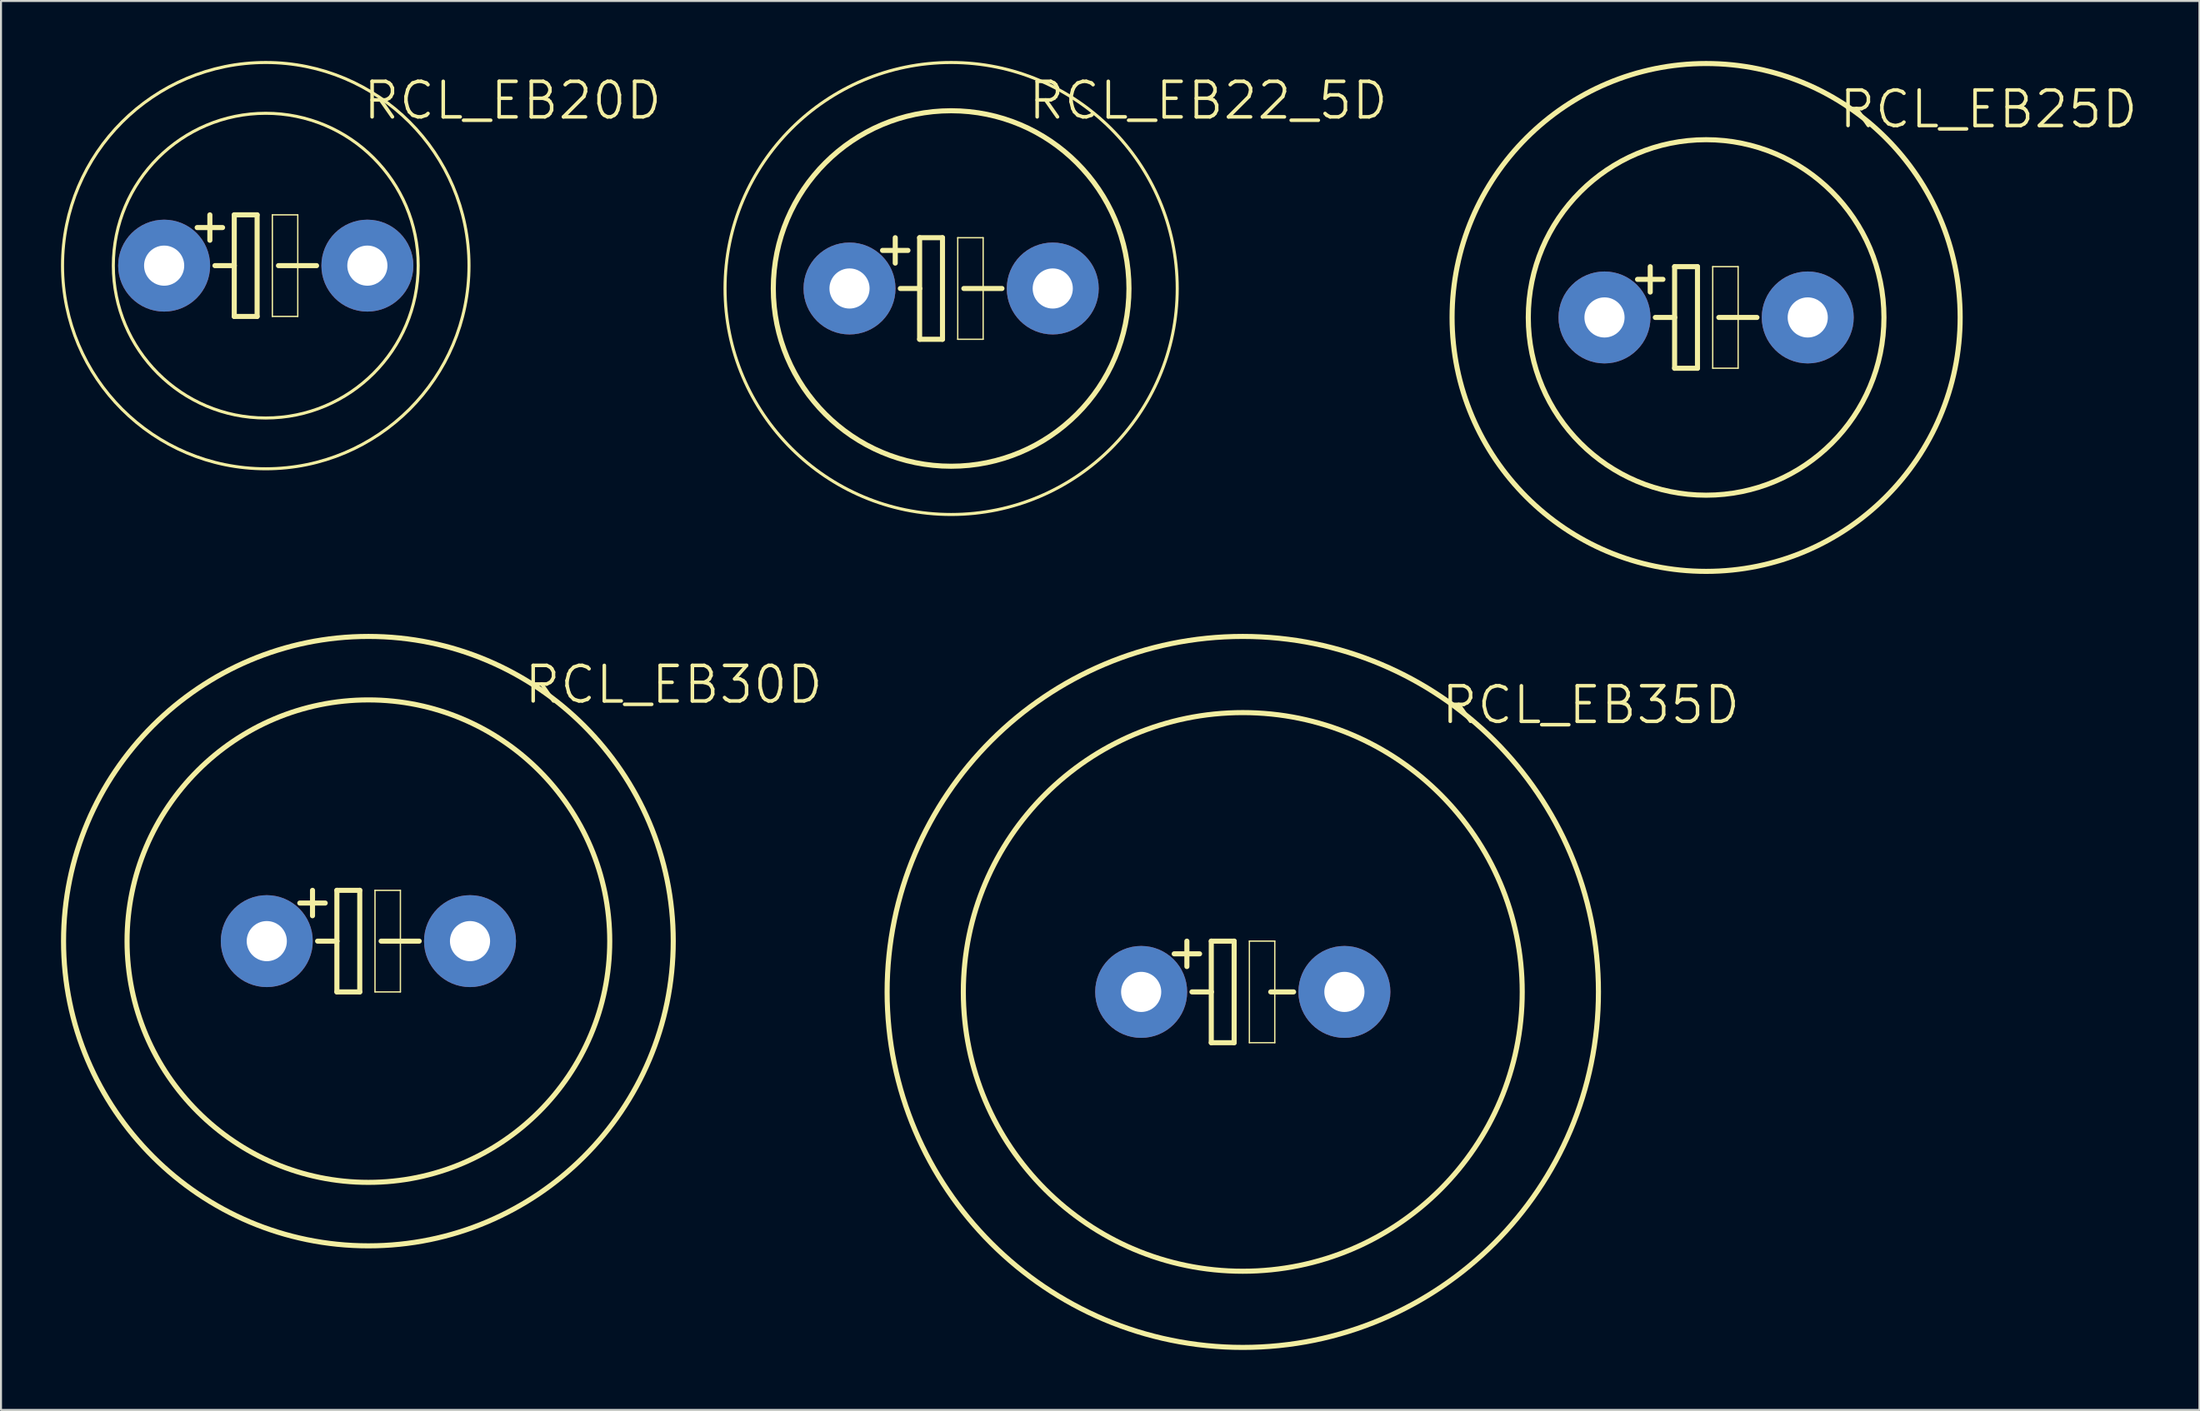
<source format=kicad_pcb>
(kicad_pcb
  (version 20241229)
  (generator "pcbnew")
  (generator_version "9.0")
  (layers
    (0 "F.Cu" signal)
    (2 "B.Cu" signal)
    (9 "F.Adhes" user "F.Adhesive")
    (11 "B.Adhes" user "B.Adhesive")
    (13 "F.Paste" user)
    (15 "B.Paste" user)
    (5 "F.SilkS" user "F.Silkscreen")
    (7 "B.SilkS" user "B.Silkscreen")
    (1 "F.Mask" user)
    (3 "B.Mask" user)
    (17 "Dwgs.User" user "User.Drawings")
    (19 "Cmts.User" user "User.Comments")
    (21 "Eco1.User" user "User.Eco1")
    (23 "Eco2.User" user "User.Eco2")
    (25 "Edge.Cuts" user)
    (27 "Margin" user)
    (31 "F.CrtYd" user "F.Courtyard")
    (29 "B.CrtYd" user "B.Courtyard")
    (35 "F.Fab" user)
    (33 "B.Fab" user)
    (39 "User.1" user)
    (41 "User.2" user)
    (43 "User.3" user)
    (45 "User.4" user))
  (footprint "RCL_EB22_5D"
    (layer "F.Cu")
    (at 44.499 11.379)
    (property "Reference" "RCL_EB22_5D" (at 12.852 -9.398 0) (layer "F.SilkS") (effects (font (size 1.778 1.778) (thickness 0.178))))
    (attr exclude_from_pos_files exclude_from_bom)
    (fp_line (start -2.794 -2.54) (end -2.794 -1.27) (stroke (width 0.254) (type solid)) (layer "F.SilkS"))
    (fp_line (start -2.54 0) (end -1.575 0) (stroke (width 0.254) (type solid)) (layer "F.SilkS"))
    (fp_line (start -2.159 -1.905) (end -3.429 -1.905) (stroke (width 0.254) (type solid)) (layer "F.SilkS"))
    (fp_line (start -1.575 -2.54) (end -0.432 -2.54) (stroke (width 0.254) (type solid)) (layer "F.SilkS"))
    (fp_line (start -1.575 0) (end -1.575 -2.54) (stroke (width 0.254) (type solid)) (layer "F.SilkS"))
    (fp_line (start -1.575 2.54) (end -1.575 0) (stroke (width 0.254) (type solid)) (layer "F.SilkS"))
    (fp_line (start -0.432 -2.54) (end -0.432 2.54) (stroke (width 0.254) (type solid)) (layer "F.SilkS"))
    (fp_line (start -0.432 2.54) (end -1.575 2.54) (stroke (width 0.254) (type solid)) (layer "F.SilkS"))
    (fp_line (start 0.33 -2.54) (end 1.6 -2.54) (stroke (width 0.066) (type solid)) (layer "F.SilkS"))
    (fp_line (start 0.33 2.54) (end 0.33 -2.54) (stroke (width 0.066) (type solid)) (layer "F.SilkS"))
    (fp_line (start 0.33 2.54) (end 1.6 2.54) (stroke (width 0.066) (type solid)) (layer "F.SilkS"))
    (fp_line (start 0.635 0) (end 2.54 0) (stroke (width 0.254) (type solid)) (layer "F.SilkS"))
    (fp_line (start 1.6 2.54) (end 1.6 -2.54) (stroke (width 0.066) (type solid)) (layer "F.SilkS"))
    (fp_circle (center 0 0) (end 0 -11.303) (stroke (width 0.152) (type solid)) (fill no) (layer "F.SilkS"))
    (fp_circle (center 0 0) (end 0 -8.89) (stroke (width 0.254) (type solid)) (fill no) (layer "F.SilkS"))
    (pad "+" thru_hole circle (at -5.08 0) (size 4.597 4.597) (drill 2.007) (layers "*.Cu" "*.Paste" "*.Mask"))
    (pad "-" thru_hole circle (at 5.08 0) (size 4.597 4.597) (drill 2.007) (layers "*.Cu" "*.Paste" "*.Mask")))
  (footprint "RCL_EB35D"
    (layer "F.Cu")
    (at 59.079 46.561)
    (property "Reference" "RCL_EB35D" (at 17.399 -14.348 0) (layer "F.SilkS") (effects (font (size 1.778 1.778) (thickness 0.178))))
    (attr exclude_from_pos_files exclude_from_bom)
    (fp_line (start -2.794 -2.54) (end -2.794 -1.27) (stroke (width 0.254) (type solid)) (layer "F.SilkS"))
    (fp_line (start -2.54 0) (end -1.575 0) (stroke (width 0.254) (type solid)) (layer "F.SilkS"))
    (fp_line (start -2.159 -1.905) (end -3.429 -1.905) (stroke (width 0.254) (type solid)) (layer "F.SilkS"))
    (fp_line (start -1.575 -2.54) (end -0.432 -2.54) (stroke (width 0.254) (type solid)) (layer "F.SilkS"))
    (fp_line (start -1.575 0) (end -1.575 -2.54) (stroke (width 0.254) (type solid)) (layer "F.SilkS"))
    (fp_line (start -1.575 2.54) (end -1.575 0) (stroke (width 0.254) (type solid)) (layer "F.SilkS"))
    (fp_line (start -0.432 -2.54) (end -0.432 2.54) (stroke (width 0.254) (type solid)) (layer "F.SilkS"))
    (fp_line (start -0.432 2.54) (end -1.575 2.54) (stroke (width 0.254) (type solid)) (layer "F.SilkS"))
    (fp_line (start 0.33 -2.54) (end 1.6 -2.54) (stroke (width 0.066) (type solid)) (layer "F.SilkS"))
    (fp_line (start 0.33 2.54) (end 0.33 -2.54) (stroke (width 0.066) (type solid)) (layer "F.SilkS"))
    (fp_line (start 0.33 2.54) (end 1.6 2.54) (stroke (width 0.066) (type solid)) (layer "F.SilkS"))
    (fp_line (start 1.397 0) (end 2.54 0) (stroke (width 0.254) (type solid)) (layer "F.SilkS"))
    (fp_line (start 1.6 2.54) (end 1.6 -2.54) (stroke (width 0.066) (type solid)) (layer "F.SilkS"))
    (fp_circle (center 0 0) (end 0 -17.78) (stroke (width 0.254) (type solid)) (fill no) (layer "F.SilkS"))
    (fp_circle (center 0 0) (end 0 -13.97) (stroke (width 0.254) (type solid)) (fill no) (layer "F.SilkS"))
    (pad "+" thru_hole circle (at -5.08 0) (size 4.597 4.597) (drill 2.007) (layers "*.Cu" "*.Paste" "*.Mask"))
    (pad "-" thru_hole circle (at 5.08 0) (size 4.597 4.597) (drill 2.007) (layers "*.Cu" "*.Paste" "*.Mask")))
  (footprint "RCL_EB20D"
    (layer "F.Cu")
    (at 10.236 10.236)
    (property "Reference" "RCL_EB20D" (at 12.344 -8.255 0) (layer "F.SilkS") (effects (font (size 1.778 1.778) (thickness 0.178))))
    (attr exclude_from_pos_files exclude_from_bom)
    (fp_line (start -2.794 -2.54) (end -2.794 -1.27) (stroke (width 0.254) (type solid)) (layer "F.SilkS"))
    (fp_line (start -2.54 0) (end -1.575 0) (stroke (width 0.254) (type solid)) (layer "F.SilkS"))
    (fp_line (start -2.159 -1.905) (end -3.429 -1.905) (stroke (width 0.254) (type solid)) (layer "F.SilkS"))
    (fp_line (start -1.575 -2.54) (end -0.432 -2.54) (stroke (width 0.254) (type solid)) (layer "F.SilkS"))
    (fp_line (start -1.575 0) (end -1.575 -2.54) (stroke (width 0.254) (type solid)) (layer "F.SilkS"))
    (fp_line (start -1.575 2.54) (end -1.575 0) (stroke (width 0.254) (type solid)) (layer "F.SilkS"))
    (fp_line (start -0.432 -2.54) (end -0.432 2.54) (stroke (width 0.254) (type solid)) (layer "F.SilkS"))
    (fp_line (start -0.432 2.54) (end -1.575 2.54) (stroke (width 0.254) (type solid)) (layer "F.SilkS"))
    (fp_line (start 0.33 -2.54) (end 1.6 -2.54) (stroke (width 0.066) (type solid)) (layer "F.SilkS"))
    (fp_line (start 0.33 2.54) (end 0.33 -2.54) (stroke (width 0.066) (type solid)) (layer "F.SilkS"))
    (fp_line (start 0.33 2.54) (end 1.6 2.54) (stroke (width 0.066) (type solid)) (layer "F.SilkS"))
    (fp_line (start 0.635 0) (end 2.54 0) (stroke (width 0.254) (type solid)) (layer "F.SilkS"))
    (fp_line (start 1.6 2.54) (end 1.6 -2.54) (stroke (width 0.066) (type solid)) (layer "F.SilkS"))
    (fp_circle (center 0 0) (end 0 -10.16) (stroke (width 0.152) (type solid)) (fill no) (layer "F.SilkS"))
    (fp_circle (center 0 0) (end 0 -7.62) (stroke (width 0.152) (type solid)) (fill no) (layer "F.SilkS"))
    (pad "+" thru_hole circle (at -5.08 0) (size 4.597 4.597) (drill 2.007) (layers "*.Cu" "*.Paste" "*.Mask"))
    (pad "-" thru_hole circle (at 5.08 0) (size 4.597 4.597) (drill 2.007) (layers "*.Cu" "*.Paste" "*.Mask")))
  (footprint "RCL_EB30D"
    (layer "F.Cu")
    (at 15.367 44.021)
    (property "Reference" "RCL_EB30D" (at 15.265 -12.827 0) (layer "F.SilkS") (effects (font (size 1.778 1.778) (thickness 0.178))))
    (attr exclude_from_pos_files exclude_from_bom)
    (fp_line (start -2.794 -2.54) (end -2.794 -1.27) (stroke (width 0.254) (type solid)) (layer "F.SilkS"))
    (fp_line (start -2.54 0) (end -1.575 0) (stroke (width 0.254) (type solid)) (layer "F.SilkS"))
    (fp_line (start -2.159 -1.905) (end -3.429 -1.905) (stroke (width 0.254) (type solid)) (layer "F.SilkS"))
    (fp_line (start -1.575 -2.54) (end -0.432 -2.54) (stroke (width 0.254) (type solid)) (layer "F.SilkS"))
    (fp_line (start -1.575 0) (end -1.575 -2.54) (stroke (width 0.254) (type solid)) (layer "F.SilkS"))
    (fp_line (start -1.575 2.54) (end -1.575 0) (stroke (width 0.254) (type solid)) (layer "F.SilkS"))
    (fp_line (start -0.432 -2.54) (end -0.432 2.54) (stroke (width 0.254) (type solid)) (layer "F.SilkS"))
    (fp_line (start -0.432 2.54) (end -1.575 2.54) (stroke (width 0.254) (type solid)) (layer "F.SilkS"))
    (fp_line (start 0.33 -2.54) (end 1.6 -2.54) (stroke (width 0.066) (type solid)) (layer "F.SilkS"))
    (fp_line (start 0.33 2.54) (end 0.33 -2.54) (stroke (width 0.066) (type solid)) (layer "F.SilkS"))
    (fp_line (start 0.33 2.54) (end 1.6 2.54) (stroke (width 0.066) (type solid)) (layer "F.SilkS"))
    (fp_line (start 0.635 0) (end 2.54 0) (stroke (width 0.254) (type solid)) (layer "F.SilkS"))
    (fp_line (start 1.6 2.54) (end 1.6 -2.54) (stroke (width 0.066) (type solid)) (layer "F.SilkS"))
    (fp_circle (center 0 0) (end 0 -15.24) (stroke (width 0.254) (type solid)) (fill no) (layer "F.SilkS"))
    (fp_circle (center 0 0) (end 0 -12.065) (stroke (width 0.254) (type solid)) (fill no) (layer "F.SilkS"))
    (pad "+" thru_hole circle (at -5.08 0) (size 4.597 4.597) (drill 2.007) (layers "*.Cu" "*.Paste" "*.Mask"))
    (pad "-" thru_hole circle (at 5.08 0) (size 4.597 4.597) (drill 2.007) (layers "*.Cu" "*.Paste" "*.Mask")))
  (footprint "RCL_EB25D"
    (layer "F.Cu")
    (at 82.242 12.827)
    (property "Reference" "RCL_EB25D" (at 14.122 -10.414 0) (layer "F.SilkS") (effects (font (size 1.778 1.778) (thickness 0.178))))
    (attr exclude_from_pos_files exclude_from_bom)
    (fp_line (start -2.794 -2.54) (end -2.794 -1.27) (stroke (width 0.254) (type solid)) (layer "F.SilkS"))
    (fp_line (start -2.54 0) (end -1.575 0) (stroke (width 0.254) (type solid)) (layer "F.SilkS"))
    (fp_line (start -2.159 -1.905) (end -3.429 -1.905) (stroke (width 0.254) (type solid)) (layer "F.SilkS"))
    (fp_line (start -1.575 -2.54) (end -0.432 -2.54) (stroke (width 0.254) (type solid)) (layer "F.SilkS"))
    (fp_line (start -1.575 0) (end -1.575 -2.54) (stroke (width 0.254) (type solid)) (layer "F.SilkS"))
    (fp_line (start -1.575 2.54) (end -1.575 0) (stroke (width 0.254) (type solid)) (layer "F.SilkS"))
    (fp_line (start -0.432 -2.54) (end -0.432 2.54) (stroke (width 0.254) (type solid)) (layer "F.SilkS"))
    (fp_line (start -0.432 2.54) (end -1.575 2.54) (stroke (width 0.254) (type solid)) (layer "F.SilkS"))
    (fp_line (start 0.33 -2.54) (end 1.6 -2.54) (stroke (width 0.066) (type solid)) (layer "F.SilkS"))
    (fp_line (start 0.33 2.54) (end 0.33 -2.54) (stroke (width 0.066) (type solid)) (layer "F.SilkS"))
    (fp_line (start 0.33 2.54) (end 1.6 2.54) (stroke (width 0.066) (type solid)) (layer "F.SilkS"))
    (fp_line (start 0.635 0) (end 2.54 0) (stroke (width 0.254) (type solid)) (layer "F.SilkS"))
    (fp_line (start 1.6 2.54) (end 1.6 -2.54) (stroke (width 0.066) (type solid)) (layer "F.SilkS"))
    (fp_circle (center 0 0) (end 0 -12.7) (stroke (width 0.254) (type solid)) (fill no) (layer "F.SilkS"))
    (fp_circle (center 0 0) (end 0 -8.89) (stroke (width 0.254) (type solid)) (fill no) (layer "F.SilkS"))
    (pad "+" thru_hole circle (at -5.08 0) (size 4.597 4.597) (drill 2.007) (layers "*.Cu" "*.Paste" "*.Mask"))
    (pad "-" thru_hole circle (at 5.08 0) (size 4.597 4.597) (drill 2.007) (layers "*.Cu" "*.Paste" "*.Mask")))
  (gr_rect
    (start -3 -3)
    (end 106.904 67.468)
    (stroke (width 0.1) (type default))
    (fill no)
    (layer "Edge.Cuts")))
</source>
